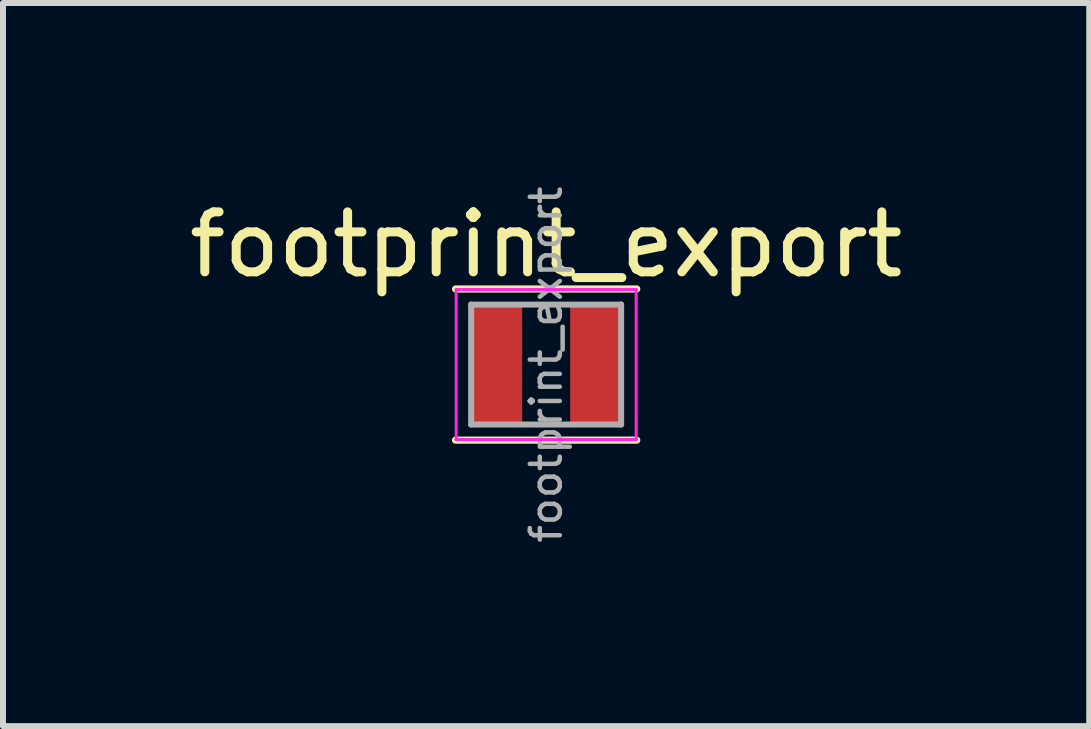
<source format=kicad_pcb>
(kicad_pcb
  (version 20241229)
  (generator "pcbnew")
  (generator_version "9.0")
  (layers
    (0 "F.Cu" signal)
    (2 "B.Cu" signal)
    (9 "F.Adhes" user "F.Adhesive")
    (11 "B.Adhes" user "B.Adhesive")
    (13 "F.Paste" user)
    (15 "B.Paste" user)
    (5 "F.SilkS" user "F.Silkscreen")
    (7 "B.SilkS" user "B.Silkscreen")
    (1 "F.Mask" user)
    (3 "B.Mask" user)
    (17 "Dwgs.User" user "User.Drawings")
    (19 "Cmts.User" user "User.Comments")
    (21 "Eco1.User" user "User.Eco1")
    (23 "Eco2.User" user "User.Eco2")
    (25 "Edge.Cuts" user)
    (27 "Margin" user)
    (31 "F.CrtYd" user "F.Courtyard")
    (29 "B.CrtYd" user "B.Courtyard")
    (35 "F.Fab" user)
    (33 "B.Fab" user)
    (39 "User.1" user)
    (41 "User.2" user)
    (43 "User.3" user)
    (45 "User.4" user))
  (footprint "footprint_export"
    (layer "F.Cu")
    (at 6.054 3.027)
    (property "Reference" "footprint_export" (at 0 -2 0) (layer "F.SilkS") (effects (font (size 1 1) (thickness 0.15))))
    (attr smd)
    (fp_line (start -1.51 -1.26) (end 1.51 -1.26) (stroke (width 0.12) (type solid)) (layer "F.SilkS"))
    (fp_line (start -1.51 1.26) (end 1.51 1.26) (stroke (width 0.12) (type solid)) (layer "F.SilkS"))
    (fp_line (start -1.5 -1.25) (end -1.5 1.25) (stroke (width 0.05) (type solid)) (layer "F.CrtYd"))
    (fp_line (start -1.5 1.25) (end 1.5 1.25) (stroke (width 0.05) (type solid)) (layer "F.CrtYd"))
    (fp_line (start 1.5 -1.25) (end -1.5 -1.25) (stroke (width 0.05) (type solid)) (layer "F.CrtYd"))
    (fp_line (start 1.5 1.25) (end 1.5 -1.25) (stroke (width 0.05) (type solid)) (layer "F.CrtYd"))
    (fp_line (start -1.25 -1) (end -1.25 1) (stroke (width 0.1) (type solid)) (layer "F.Fab"))
    (fp_line (start -1.25 1) (end 1.25 1) (stroke (width 0.1) (type solid)) (layer "F.Fab"))
    (fp_line (start 1.25 -1) (end -1.25 -1) (stroke (width 0.1) (type solid)) (layer "F.Fab"))
    (fp_line (start 1.25 1) (end 1.25 -1) (stroke (width 0.1) (type solid)) (layer "F.Fab"))
    (fp_text user "${REFERENCE}" (at 0 0 90) (layer "F.Fab") (effects (font (size 0.5 0.5) (thickness 0.075))))
    (pad "1" smd rect (at -0.825 0) (size 0.85 2) (layers "F.Cu" "F.Mask" "F.Paste"))
    (pad "2" smd rect (at 0.825 0) (size 0.85 2) (layers "F.Cu" "F.Mask" "F.Paste")))
  (gr_rect
    (start -3 -3)
    (end 15.107 9.054)
    (stroke (width 0.1) (type default))
    (fill no)
    (layer "Edge.Cuts")))
</source>
